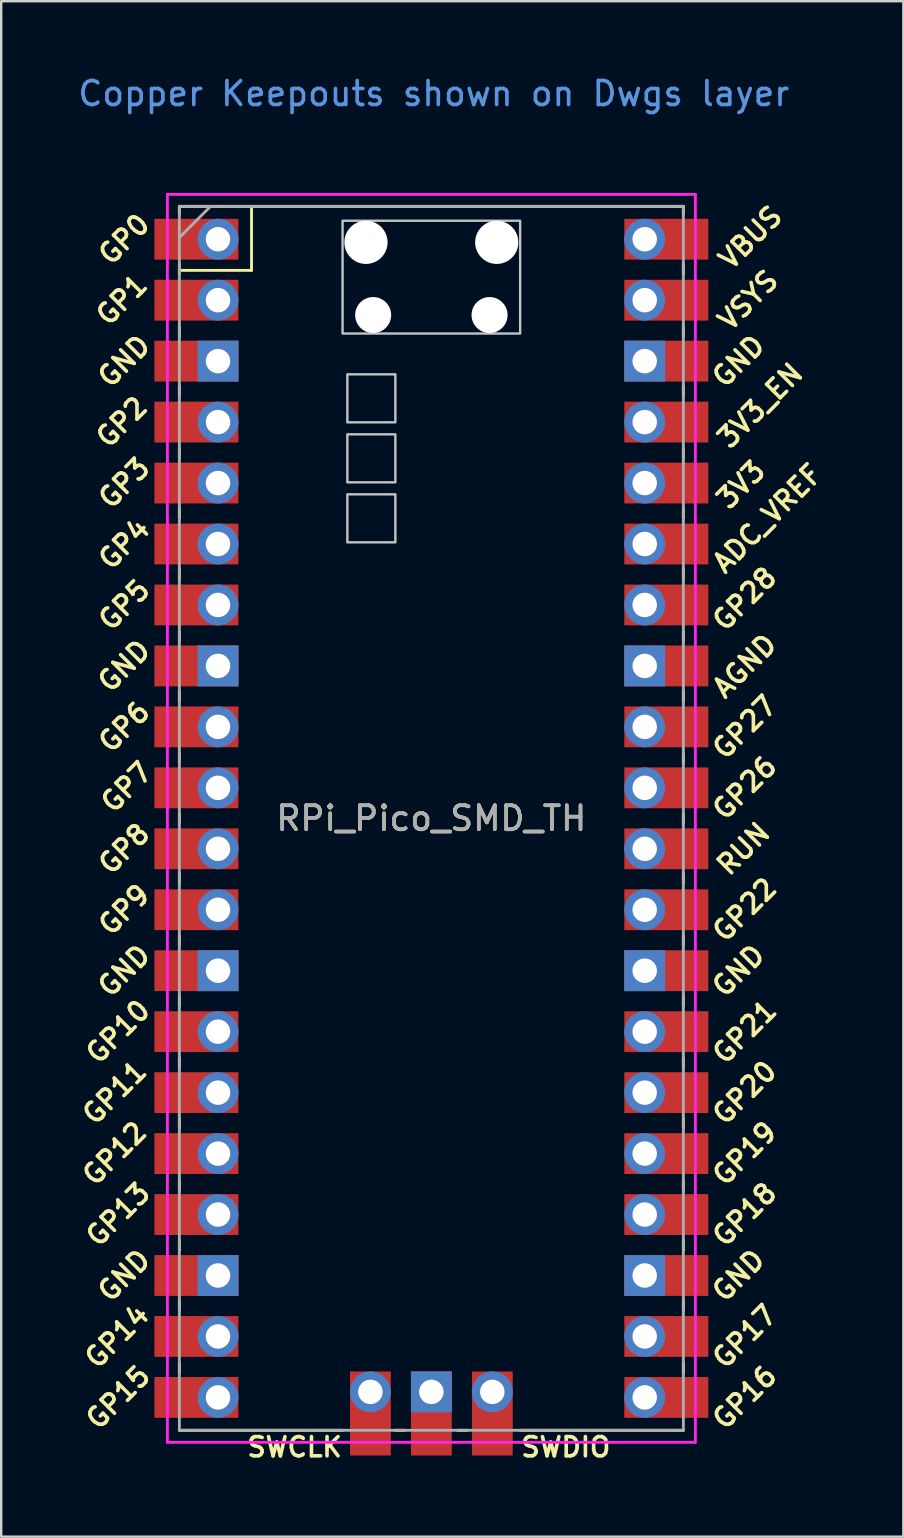
<source format=kicad_pcb>
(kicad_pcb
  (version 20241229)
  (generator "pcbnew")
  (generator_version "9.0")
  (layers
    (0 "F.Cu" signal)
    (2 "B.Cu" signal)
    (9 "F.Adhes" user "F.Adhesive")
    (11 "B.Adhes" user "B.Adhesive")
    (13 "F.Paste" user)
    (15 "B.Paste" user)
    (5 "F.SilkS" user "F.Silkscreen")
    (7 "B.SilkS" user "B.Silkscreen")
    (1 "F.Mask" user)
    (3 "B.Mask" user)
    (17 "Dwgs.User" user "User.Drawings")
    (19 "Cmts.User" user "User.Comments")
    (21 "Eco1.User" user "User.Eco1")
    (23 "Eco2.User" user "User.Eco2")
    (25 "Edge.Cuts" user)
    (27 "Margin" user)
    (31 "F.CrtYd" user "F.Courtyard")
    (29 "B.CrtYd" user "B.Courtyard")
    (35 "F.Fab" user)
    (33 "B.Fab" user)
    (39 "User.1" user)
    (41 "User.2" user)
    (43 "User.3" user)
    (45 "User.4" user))
  (footprint "RPi_Pico_SMD_TH"
    (layer "F.Cu")
    (at 14.924 31.048)
    (property "Reference" "RPi_Pico_SMD_TH" (at 0 0 0) (layer "F.SilkS") (effects (font (size 1 1) (thickness 0.15))))
    (attr through_hole)
    (fp_line (start -10.5 -25.5) (end -10.5 -25.2) (stroke (width 0.12) (type solid)) (layer "F.SilkS"))
    (fp_line (start -10.5 -25.5) (end 10.5 -25.5) (stroke (width 0.12) (type solid)) (layer "F.SilkS"))
    (fp_line (start -10.5 -23.1) (end -10.5 -22.7) (stroke (width 0.12) (type solid)) (layer "F.SilkS"))
    (fp_line (start -10.5 -22.833) (end -7.493 -22.833) (stroke (width 0.12) (type solid)) (layer "F.SilkS"))
    (fp_line (start -10.5 -20.5) (end -10.5 -20.1) (stroke (width 0.12) (type solid)) (layer "F.SilkS"))
    (fp_line (start -10.5 -18) (end -10.5 -17.6) (stroke (width 0.12) (type solid)) (layer "F.SilkS"))
    (fp_line (start -10.5 -15.4) (end -10.5 -15) (stroke (width 0.12) (type solid)) (layer "F.SilkS"))
    (fp_line (start -10.5 -12.9) (end -10.5 -12.5) (stroke (width 0.12) (type solid)) (layer "F.SilkS"))
    (fp_line (start -10.5 -10.4) (end -10.5 -10) (stroke (width 0.12) (type solid)) (layer "F.SilkS"))
    (fp_line (start -10.5 -7.8) (end -10.5 -7.4) (stroke (width 0.12) (type solid)) (layer "F.SilkS"))
    (fp_line (start -10.5 -5.3) (end -10.5 -4.9) (stroke (width 0.12) (type solid)) (layer "F.SilkS"))
    (fp_line (start -10.5 -2.7) (end -10.5 -2.3) (stroke (width 0.12) (type solid)) (layer "F.SilkS"))
    (fp_line (start -10.5 -0.2) (end -10.5 0.2) (stroke (width 0.12) (type solid)) (layer "F.SilkS"))
    (fp_line (start -10.5 2.3) (end -10.5 2.7) (stroke (width 0.12) (type solid)) (layer "F.SilkS"))
    (fp_line (start -10.5 4.9) (end -10.5 5.3) (stroke (width 0.12) (type solid)) (layer "F.SilkS"))
    (fp_line (start -10.5 7.4) (end -10.5 7.8) (stroke (width 0.12) (type solid)) (layer "F.SilkS"))
    (fp_line (start -10.5 10) (end -10.5 10.4) (stroke (width 0.12) (type solid)) (layer "F.SilkS"))
    (fp_line (start -10.5 12.5) (end -10.5 12.9) (stroke (width 0.12) (type solid)) (layer "F.SilkS"))
    (fp_line (start -10.5 15.1) (end -10.5 15.5) (stroke (width 0.12) (type solid)) (layer "F.SilkS"))
    (fp_line (start -10.5 17.6) (end -10.5 18) (stroke (width 0.12) (type solid)) (layer "F.SilkS"))
    (fp_line (start -10.5 20.1) (end -10.5 20.5) (stroke (width 0.12) (type solid)) (layer "F.SilkS"))
    (fp_line (start -10.5 22.7) (end -10.5 23.1) (stroke (width 0.12) (type solid)) (layer "F.SilkS"))
    (fp_line (start -7.493 -22.833) (end -7.493 -25.5) (stroke (width 0.12) (type solid)) (layer "F.SilkS"))
    (fp_line (start -3.7 25.5) (end -10.5 25.5) (stroke (width 0.12) (type solid)) (layer "F.SilkS"))
    (fp_line (start -1.5 25.5) (end -1.1 25.5) (stroke (width 0.12) (type solid)) (layer "F.SilkS"))
    (fp_line (start 1.1 25.5) (end 1.5 25.5) (stroke (width 0.12) (type solid)) (layer "F.SilkS"))
    (fp_line (start 10.5 -25.5) (end 10.5 -25.2) (stroke (width 0.12) (type solid)) (layer "F.SilkS"))
    (fp_line (start 10.5 -23.1) (end 10.5 -22.7) (stroke (width 0.12) (type solid)) (layer "F.SilkS"))
    (fp_line (start 10.5 -20.5) (end 10.5 -20.1) (stroke (width 0.12) (type solid)) (layer "F.SilkS"))
    (fp_line (start 10.5 -18) (end 10.5 -17.6) (stroke (width 0.12) (type solid)) (layer "F.SilkS"))
    (fp_line (start 10.5 -15.4) (end 10.5 -15) (stroke (width 0.12) (type solid)) (layer "F.SilkS"))
    (fp_line (start 10.5 -12.9) (end 10.5 -12.5) (stroke (width 0.12) (type solid)) (layer "F.SilkS"))
    (fp_line (start 10.5 -10.4) (end 10.5 -10) (stroke (width 0.12) (type solid)) (layer "F.SilkS"))
    (fp_line (start 10.5 -7.8) (end 10.5 -7.4) (stroke (width 0.12) (type solid)) (layer "F.SilkS"))
    (fp_line (start 10.5 -5.3) (end 10.5 -4.9) (stroke (width 0.12) (type solid)) (layer "F.SilkS"))
    (fp_line (start 10.5 -2.7) (end 10.5 -2.3) (stroke (width 0.12) (type solid)) (layer "F.SilkS"))
    (fp_line (start 10.5 -0.2) (end 10.5 0.2) (stroke (width 0.12) (type solid)) (layer "F.SilkS"))
    (fp_line (start 10.5 2.3) (end 10.5 2.7) (stroke (width 0.12) (type solid)) (layer "F.SilkS"))
    (fp_line (start 10.5 4.9) (end 10.5 5.3) (stroke (width 0.12) (type solid)) (layer "F.SilkS"))
    (fp_line (start 10.5 7.4) (end 10.5 7.8) (stroke (width 0.12) (type solid)) (layer "F.SilkS"))
    (fp_line (start 10.5 10) (end 10.5 10.4) (stroke (width 0.12) (type solid)) (layer "F.SilkS"))
    (fp_line (start 10.5 12.5) (end 10.5 12.9) (stroke (width 0.12) (type solid)) (layer "F.SilkS"))
    (fp_line (start 10.5 15.1) (end 10.5 15.5) (stroke (width 0.12) (type solid)) (layer "F.SilkS"))
    (fp_line (start 10.5 17.6) (end 10.5 18) (stroke (width 0.12) (type solid)) (layer "F.SilkS"))
    (fp_line (start 10.5 20.1) (end 10.5 20.5) (stroke (width 0.12) (type solid)) (layer "F.SilkS"))
    (fp_line (start 10.5 22.7) (end 10.5 23.1) (stroke (width 0.12) (type solid)) (layer "F.SilkS"))
    (fp_line (start 10.5 25.5) (end 3.7 25.5) (stroke (width 0.12) (type solid)) (layer "F.SilkS"))
    (fp_poly (pts (xy -1.5 -16.5) (xy -3.5 -16.5) (xy -3.5 -18.5) (xy -1.5 -18.5)) (stroke (width 0.1) (type solid)) (fill no) (layer "Dwgs.User"))
    (fp_poly (pts (xy -1.5 -14) (xy -3.5 -14) (xy -3.5 -16) (xy -1.5 -16)) (stroke (width 0.1) (type solid)) (fill no) (layer "Dwgs.User"))
    (fp_poly (pts (xy -1.5 -11.5) (xy -3.5 -11.5) (xy -3.5 -13.5) (xy -1.5 -13.5)) (stroke (width 0.1) (type solid)) (fill no) (layer "Dwgs.User"))
    (fp_poly (pts (xy 3.7 -20.2) (xy -3.7 -20.2) (xy -3.7 -24.9) (xy 3.7 -24.9)) (stroke (width 0.1) (type solid)) (fill no) (layer "Dwgs.User"))
    (fp_line (start -11 -26) (end 11 -26) (stroke (width 0.12) (type solid)) (layer "F.CrtYd"))
    (fp_line (start -11 26) (end -11 -26) (stroke (width 0.12) (type solid)) (layer "F.CrtYd"))
    (fp_line (start 11 -26) (end 11 26) (stroke (width 0.12) (type solid)) (layer "F.CrtYd"))
    (fp_line (start 11 26) (end -11 26) (stroke (width 0.12) (type solid)) (layer "F.CrtYd"))
    (fp_line (start -10.5 -25.5) (end 10.5 -25.5) (stroke (width 0.12) (type solid)) (layer "F.Fab"))
    (fp_line (start -10.5 -24.2) (end -9.2 -25.5) (stroke (width 0.12) (type solid)) (layer "F.Fab"))
    (fp_line (start -10.5 25.5) (end -10.5 -25.5) (stroke (width 0.12) (type solid)) (layer "F.Fab"))
    (fp_line (start 10.5 -25.5) (end 10.5 25.5) (stroke (width 0.12) (type solid)) (layer "F.Fab"))
    (fp_line (start 10.5 25.5) (end -10.5 25.5) (stroke (width 0.12) (type solid)) (layer "F.Fab"))
    (fp_text user "GP26" (at 13.054 -1.27 45) (layer "F.SilkS") (effects (font (size 0.8 0.8) (thickness 0.15))))
    (fp_text user "GP7" (at -12.7 -1.3 45) (layer "F.SilkS") (effects (font (size 0.8 0.8) (thickness 0.15))))
    (fp_text user "VBUS" (at 13.3 -24.2 45) (layer "F.SilkS") (effects (font (size 0.8 0.8) (thickness 0.15))))
    (fp_text user "VSYS" (at 13.2 -21.59 45) (layer "F.SilkS") (effects (font (size 0.8 0.8) (thickness 0.15))))
    (fp_text user "3V3_EN" (at 13.7 -17.2 45) (layer "F.SilkS") (effects (font (size 0.8 0.8) (thickness 0.15))))
    (fp_text user "GP3" (at -12.8 -13.97 45) (layer "F.SilkS") (effects (font (size 0.8 0.8) (thickness 0.15))))
    (fp_text user "GP1" (at -12.9 -21.6 45) (layer "F.SilkS") (effects (font (size 0.8 0.8) (thickness 0.15))))
    (fp_text user "AGND" (at 13.054 -6.35 45) (layer "F.SilkS") (effects (font (size 0.8 0.8) (thickness 0.15))))
    (fp_text user "GP20" (at 13.054 11.43 45) (layer "F.SilkS") (effects (font (size 0.8 0.8) (thickness 0.15))))
    (fp_text user "GP5" (at -12.8 -8.89 45) (layer "F.SilkS") (effects (font (size 0.8 0.8) (thickness 0.15))))
    (fp_text user "GP27" (at 13.054 -3.8 45) (layer "F.SilkS") (effects (font (size 0.8 0.8) (thickness 0.15))))
    (fp_text user "GND" (at 12.8 6.35 45) (layer "F.SilkS") (effects (font (size 0.8 0.8) (thickness 0.15))))
    (fp_text user "GP8" (at -12.8 1.27 45) (layer "F.SilkS") (effects (font (size 0.8 0.8) (thickness 0.15))))
    (fp_text user "SWCLK" (at -5.7 26.2 0) (layer "F.SilkS") (effects (font (size 0.8 0.8) (thickness 0.15))))
    (fp_text user "GP0" (at -12.8 -24.13 45) (layer "F.SilkS") (effects (font (size 0.8 0.8) (thickness 0.15))))
    (fp_text user "GP22" (at 13.054 3.81 45) (layer "F.SilkS") (effects (font (size 0.8 0.8) (thickness 0.15))))
    (fp_text user "GP21" (at 13.054 8.9 45) (layer "F.SilkS") (effects (font (size 0.8 0.8) (thickness 0.15))))
    (fp_text user "GP2" (at -12.9 -16.51 45) (layer "F.SilkS") (effects (font (size 0.8 0.8) (thickness 0.15))))
    (fp_text user "GP16" (at 13.054 24.13 45) (layer "F.SilkS") (effects (font (size 0.8 0.8) (thickness 0.15))))
    (fp_text user "ADC_VREF" (at 14 -12.5 45) (layer "F.SilkS") (effects (font (size 0.8 0.8) (thickness 0.15))))
    (fp_text user "GP13" (at -13.054 16.51 45) (layer "F.SilkS") (effects (font (size 0.8 0.8) (thickness 0.15))))
    (fp_text user "GND" (at 12.8 19.05 45) (layer "F.SilkS") (effects (font (size 0.8 0.8) (thickness 0.15))))
    (fp_text user "GP17" (at 13.054 21.59 45) (layer "F.SilkS") (effects (font (size 0.8 0.8) (thickness 0.15))))
    (fp_text user "GP14" (at -13.1 21.59 45) (layer "F.SilkS") (effects (font (size 0.8 0.8) (thickness 0.15))))
    (fp_text user "GP19" (at 13.054 13.97 45) (layer "F.SilkS") (effects (font (size 0.8 0.8) (thickness 0.15))))
    (fp_text user "GP12" (at -13.2 13.97 45) (layer "F.SilkS") (effects (font (size 0.8 0.8) (thickness 0.15))))
    (fp_text user "GND" (at -12.8 -6.35 45) (layer "F.SilkS") (effects (font (size 0.8 0.8) (thickness 0.15))))
    (fp_text user "SWDIO" (at 5.6 26.2 0) (layer "F.SilkS") (effects (font (size 0.8 0.8) (thickness 0.15))))
    (fp_text user "GP9" (at -12.8 3.81 45) (layer "F.SilkS") (effects (font (size 0.8 0.8) (thickness 0.15))))
    (fp_text user "GP15" (at -13.054 24.13 45) (layer "F.SilkS") (effects (font (size 0.8 0.8) (thickness 0.15))))
    (fp_text user "GP18" (at 13.054 16.51 45) (layer "F.SilkS") (effects (font (size 0.8 0.8) (thickness 0.15))))
    (fp_text user "GND" (at 12.8 -19.05 45) (layer "F.SilkS") (effects (font (size 0.8 0.8) (thickness 0.15))))
    (fp_text user "RUN" (at 13 1.27 45) (layer "F.SilkS") (effects (font (size 0.8 0.8) (thickness 0.15))))
    (fp_text user "GP4" (at -12.8 -11.43 45) (layer "F.SilkS") (effects (font (size 0.8 0.8) (thickness 0.15))))
    (fp_text user "3V3" (at 12.9 -13.9 45) (layer "F.SilkS") (effects (font (size 0.8 0.8) (thickness 0.15))))
    (fp_text user "GP28" (at 13.054 -9.144 45) (layer "F.SilkS") (effects (font (size 0.8 0.8) (thickness 0.15))))
    (fp_text user "GP6" (at -12.8 -3.81 45) (layer "F.SilkS") (effects (font (size 0.8 0.8) (thickness 0.15))))
    (fp_text user "GND" (at -12.8 19.05 45) (layer "F.SilkS") (effects (font (size 0.8 0.8) (thickness 0.15))))
    (fp_text user "GND" (at -12.8 6.35 45) (layer "F.SilkS") (effects (font (size 0.8 0.8) (thickness 0.15))))
    (fp_text user "GND" (at -12.8 -19.05 45) (layer "F.SilkS") (effects (font (size 0.8 0.8) (thickness 0.15))))
    (fp_text user "GP10" (at -13.054 8.89 45) (layer "F.SilkS") (effects (font (size 0.8 0.8) (thickness 0.15))))
    (fp_text user "GP11" (at -13.2 11.43 45) (layer "F.SilkS") (effects (font (size 0.8 0.8) (thickness 0.15))))
    (fp_text user "Copper Keepouts shown on Dwgs layer" (at 0.1 -30.2 0) (layer "Cmts.User") (effects (font (size 1 1) (thickness 0.15))))
    (fp_text user "${REFERENCE}" (at 0 0 180) (layer "F.Fab") (effects (font (size 1 1) (thickness 0.15))))
    (pad "" np_thru_hole oval (at -2.725 -24) (size 1.8 1.8) (drill 1.8) (layers "*.Cu" "*.Mask"))
    (pad "" np_thru_hole oval (at -2.425 -20.97) (size 1.5 1.5) (drill 1.5) (layers "*.Cu" "*.Mask"))
    (pad "" np_thru_hole oval (at 2.425 -20.97) (size 1.5 1.5) (drill 1.5) (layers "*.Cu" "*.Mask"))
    (pad "" np_thru_hole oval (at 2.725 -24) (size 1.8 1.8) (drill 1.8) (layers "*.Cu" "*.Mask"))
    (pad "1" thru_hole oval (at -8.89 -24.13) (size 1.7 1.7) (drill 1.02) (layers "*.Cu" "*.Mask"))
    (pad "1" smd rect (at -8.89 -24.13) (size 3.5 1.7) (drill (offset -0.9 0)) (layers "F.Cu" "F.Mask"))
    (pad "2" thru_hole oval (at -8.89 -21.59) (size 1.7 1.7) (drill 1.02) (layers "*.Cu" "*.Mask"))
    (pad "2" smd rect (at -8.89 -21.59) (size 3.5 1.7) (drill (offset -0.9 0)) (layers "F.Cu" "F.Mask"))
    (pad "3" thru_hole rect (at -8.89 -19.05) (size 1.7 1.7) (drill 1.02) (layers "*.Cu" "*.Mask"))
    (pad "3" smd rect (at -8.89 -19.05) (size 3.5 1.7) (drill (offset -0.9 0)) (layers "F.Cu" "F.Mask"))
    (pad "4" thru_hole oval (at -8.89 -16.51) (size 1.7 1.7) (drill 1.02) (layers "*.Cu" "*.Mask"))
    (pad "4" smd rect (at -8.89 -16.51) (size 3.5 1.7) (drill (offset -0.9 0)) (layers "F.Cu" "F.Mask"))
    (pad "5" thru_hole oval (at -8.89 -13.97) (size 1.7 1.7) (drill 1.02) (layers "*.Cu" "*.Mask"))
    (pad "5" smd rect (at -8.89 -13.97) (size 3.5 1.7) (drill (offset -0.9 0)) (layers "F.Cu" "F.Mask"))
    (pad "6" thru_hole oval (at -8.89 -11.43) (size 1.7 1.7) (drill 1.02) (layers "*.Cu" "*.Mask"))
    (pad "6" smd rect (at -8.89 -11.43) (size 3.5 1.7) (drill (offset -0.9 0)) (layers "F.Cu" "F.Mask"))
    (pad "7" thru_hole oval (at -8.89 -8.89) (size 1.7 1.7) (drill 1.02) (layers "*.Cu" "*.Mask"))
    (pad "7" smd rect (at -8.89 -8.89) (size 3.5 1.7) (drill (offset -0.9 0)) (layers "F.Cu" "F.Mask"))
    (pad "8" thru_hole rect (at -8.89 -6.35) (size 1.7 1.7) (drill 1.02) (layers "*.Cu" "*.Mask"))
    (pad "8" smd rect (at -8.89 -6.35) (size 3.5 1.7) (drill (offset -0.9 0)) (layers "F.Cu" "F.Mask"))
    (pad "9" thru_hole oval (at -8.89 -3.81) (size 1.7 1.7) (drill 1.02) (layers "*.Cu" "*.Mask"))
    (pad "9" smd rect (at -8.89 -3.81) (size 3.5 1.7) (drill (offset -0.9 0)) (layers "F.Cu" "F.Mask"))
    (pad "10" thru_hole oval (at -8.89 -1.27) (size 1.7 1.7) (drill 1.02) (layers "*.Cu" "*.Mask"))
    (pad "10" smd rect (at -8.89 -1.27) (size 3.5 1.7) (drill (offset -0.9 0)) (layers "F.Cu" "F.Mask"))
    (pad "11" thru_hole oval (at -8.89 1.27) (size 1.7 1.7) (drill 1.02) (layers "*.Cu" "*.Mask"))
    (pad "11" smd rect (at -8.89 1.27) (size 3.5 1.7) (drill (offset -0.9 0)) (layers "F.Cu" "F.Mask"))
    (pad "12" thru_hole oval (at -8.89 3.81) (size 1.7 1.7) (drill 1.02) (layers "*.Cu" "*.Mask"))
    (pad "12" smd rect (at -8.89 3.81) (size 3.5 1.7) (drill (offset -0.9 0)) (layers "F.Cu" "F.Mask"))
    (pad "13" thru_hole rect (at -8.89 6.35) (size 1.7 1.7) (drill 1.02) (layers "*.Cu" "*.Mask"))
    (pad "13" smd rect (at -8.89 6.35) (size 3.5 1.7) (drill (offset -0.9 0)) (layers "F.Cu" "F.Mask"))
    (pad "14" thru_hole oval (at -8.89 8.89) (size 1.7 1.7) (drill 1.02) (layers "*.Cu" "*.Mask"))
    (pad "14" smd rect (at -8.89 8.89) (size 3.5 1.7) (drill (offset -0.9 0)) (layers "F.Cu" "F.Mask"))
    (pad "15" thru_hole oval (at -8.89 11.43) (size 1.7 1.7) (drill 1.02) (layers "*.Cu" "*.Mask"))
    (pad "15" smd rect (at -8.89 11.43) (size 3.5 1.7) (drill (offset -0.9 0)) (layers "F.Cu" "F.Mask"))
    (pad "16" thru_hole oval (at -8.89 13.97) (size 1.7 1.7) (drill 1.02) (layers "*.Cu" "*.Mask"))
    (pad "16" smd rect (at -8.89 13.97) (size 3.5 1.7) (drill (offset -0.9 0)) (layers "F.Cu" "F.Mask"))
    (pad "17" thru_hole oval (at -8.89 16.51) (size 1.7 1.7) (drill 1.02) (layers "*.Cu" "*.Mask"))
    (pad "17" smd rect (at -8.89 16.51) (size 3.5 1.7) (drill (offset -0.9 0)) (layers "F.Cu" "F.Mask"))
    (pad "18" thru_hole rect (at -8.89 19.05) (size 1.7 1.7) (drill 1.02) (layers "*.Cu" "*.Mask"))
    (pad "18" smd rect (at -8.89 19.05) (size 3.5 1.7) (drill (offset -0.9 0)) (layers "F.Cu" "F.Mask"))
    (pad "19" thru_hole oval (at -8.89 21.59) (size 1.7 1.7) (drill 1.02) (layers "*.Cu" "*.Mask"))
    (pad "19" smd rect (at -8.89 21.59) (size 3.5 1.7) (drill (offset -0.9 0)) (layers "F.Cu" "F.Mask"))
    (pad "20" thru_hole oval (at -8.89 24.13) (size 1.7 1.7) (drill 1.02) (layers "*.Cu" "*.Mask"))
    (pad "20" smd rect (at -8.89 24.13) (size 3.5 1.7) (drill (offset -0.9 0)) (layers "F.Cu" "F.Mask"))
    (pad "21" thru_hole oval (at 8.89 24.13) (size 1.7 1.7) (drill 1.02) (layers "*.Cu" "*.Mask"))
    (pad "21" smd rect (at 8.89 24.13) (size 3.5 1.7) (drill (offset 0.9 0)) (layers "F.Cu" "F.Mask"))
    (pad "22" thru_hole oval (at 8.89 21.59) (size 1.7 1.7) (drill 1.02) (layers "*.Cu" "*.Mask"))
    (pad "22" smd rect (at 8.89 21.59) (size 3.5 1.7) (drill (offset 0.9 0)) (layers "F.Cu" "F.Mask"))
    (pad "23" thru_hole rect (at 8.89 19.05) (size 1.7 1.7) (drill 1.02) (layers "*.Cu" "*.Mask"))
    (pad "23" smd rect (at 8.89 19.05) (size 3.5 1.7) (drill (offset 0.9 0)) (layers "F.Cu" "F.Mask"))
    (pad "24" thru_hole oval (at 8.89 16.51) (size 1.7 1.7) (drill 1.02) (layers "*.Cu" "*.Mask"))
    (pad "24" smd rect (at 8.89 16.51) (size 3.5 1.7) (drill (offset 0.9 0)) (layers "F.Cu" "F.Mask"))
    (pad "25" thru_hole oval (at 8.89 13.97) (size 1.7 1.7) (drill 1.02) (layers "*.Cu" "*.Mask"))
    (pad "25" smd rect (at 8.89 13.97) (size 3.5 1.7) (drill (offset 0.9 0)) (layers "F.Cu" "F.Mask"))
    (pad "26" thru_hole oval (at 8.89 11.43) (size 1.7 1.7) (drill 1.02) (layers "*.Cu" "*.Mask"))
    (pad "26" smd rect (at 8.89 11.43) (size 3.5 1.7) (drill (offset 0.9 0)) (layers "F.Cu" "F.Mask"))
    (pad "27" thru_hole oval (at 8.89 8.89) (size 1.7 1.7) (drill 1.02) (layers "*.Cu" "*.Mask"))
    (pad "27" smd rect (at 8.89 8.89) (size 3.5 1.7) (drill (offset 0.9 0)) (layers "F.Cu" "F.Mask"))
    (pad "28" thru_hole rect (at 8.89 6.35) (size 1.7 1.7) (drill 1.02) (layers "*.Cu" "*.Mask"))
    (pad "28" smd rect (at 8.89 6.35) (size 3.5 1.7) (drill (offset 0.9 0)) (layers "F.Cu" "F.Mask"))
    (pad "29" thru_hole oval (at 8.89 3.81) (size 1.7 1.7) (drill 1.02) (layers "*.Cu" "*.Mask"))
    (pad "29" smd rect (at 8.89 3.81) (size 3.5 1.7) (drill (offset 0.9 0)) (layers "F.Cu" "F.Mask"))
    (pad "30" thru_hole oval (at 8.89 1.27) (size 1.7 1.7) (drill 1.02) (layers "*.Cu" "*.Mask"))
    (pad "30" smd rect (at 8.89 1.27) (size 3.5 1.7) (drill (offset 0.9 0)) (layers "F.Cu" "F.Mask"))
    (pad "31" thru_hole oval (at 8.89 -1.27) (size 1.7 1.7) (drill 1.02) (layers "*.Cu" "*.Mask"))
    (pad "31" smd rect (at 8.89 -1.27) (size 3.5 1.7) (drill (offset 0.9 0)) (layers "F.Cu" "F.Mask"))
    (pad "32" thru_hole oval (at 8.89 -3.81) (size 1.7 1.7) (drill 1.02) (layers "*.Cu" "*.Mask"))
    (pad "32" smd rect (at 8.89 -3.81) (size 3.5 1.7) (drill (offset 0.9 0)) (layers "F.Cu" "F.Mask"))
    (pad "33" thru_hole rect (at 8.89 -6.35) (size 1.7 1.7) (drill 1.02) (layers "*.Cu" "*.Mask"))
    (pad "33" smd rect (at 8.89 -6.35) (size 3.5 1.7) (drill (offset 0.9 0)) (layers "F.Cu" "F.Mask"))
    (pad "34" thru_hole oval (at 8.89 -8.89) (size 1.7 1.7) (drill 1.02) (layers "*.Cu" "*.Mask"))
    (pad "34" smd rect (at 8.89 -8.89) (size 3.5 1.7) (drill (offset 0.9 0)) (layers "F.Cu" "F.Mask"))
    (pad "35" thru_hole oval (at 8.89 -11.43) (size 1.7 1.7) (drill 1.02) (layers "*.Cu" "*.Mask"))
    (pad "35" smd rect (at 8.89 -11.43) (size 3.5 1.7) (drill (offset 0.9 0)) (layers "F.Cu" "F.Mask"))
    (pad "36" thru_hole oval (at 8.89 -13.97) (size 1.7 1.7) (drill 1.02) (layers "*.Cu" "*.Mask"))
    (pad "36" smd rect (at 8.89 -13.97) (size 3.5 1.7) (drill (offset 0.9 0)) (layers "F.Cu" "F.Mask"))
    (pad "37" thru_hole oval (at 8.89 -16.51) (size 1.7 1.7) (drill 1.02) (layers "*.Cu" "*.Mask"))
    (pad "37" smd rect (at 8.89 -16.51) (size 3.5 1.7) (drill (offset 0.9 0)) (layers "F.Cu" "F.Mask"))
    (pad "38" thru_hole rect (at 8.89 -19.05) (size 1.7 1.7) (drill 1.02) (layers "*.Cu" "*.Mask"))
    (pad "38" smd rect (at 8.89 -19.05) (size 3.5 1.7) (drill (offset 0.9 0)) (layers "F.Cu" "F.Mask"))
    (pad "39" thru_hole oval (at 8.89 -21.59) (size 1.7 1.7) (drill 1.02) (layers "*.Cu" "*.Mask"))
    (pad "39" smd rect (at 8.89 -21.59) (size 3.5 1.7) (drill (offset 0.9 0)) (layers "F.Cu" "F.Mask"))
    (pad "40" thru_hole oval (at 8.89 -24.13) (size 1.7 1.7) (drill 1.02) (layers "*.Cu" "*.Mask"))
    (pad "40" smd rect (at 8.89 -24.13) (size 3.5 1.7) (drill (offset 0.9 0)) (layers "F.Cu" "F.Mask"))
    (pad "41" thru_hole oval (at -2.54 23.9) (size 1.7 1.7) (drill 1.02) (layers "*.Cu" "*.Mask"))
    (pad "41" smd rect (at -2.54 23.9 90) (size 3.5 1.7) (drill (offset -0.9 0)) (layers "F.Cu" "F.Mask"))
    (pad "42" thru_hole rect (at 0 23.9) (size 1.7 1.7) (drill 1.02) (layers "*.Cu" "*.Mask"))
    (pad "42" smd rect (at 0 23.9 90) (size 3.5 1.7) (drill (offset -0.9 0)) (layers "F.Cu" "F.Mask"))
    (pad "43" thru_hole oval (at 2.54 23.9) (size 1.7 1.7) (drill 1.02) (layers "*.Cu" "*.Mask"))
    (pad "43" smd rect (at 2.54 23.9 90) (size 3.5 1.7) (drill (offset -0.9 0)) (layers "F.Cu" "F.Mask")))
  (gr_rect
    (start -3 -3)
    (end 34.591 60.98)
    (stroke (width 0.1) (type default))
    (fill no)
    (layer "Edge.Cuts")))
</source>
